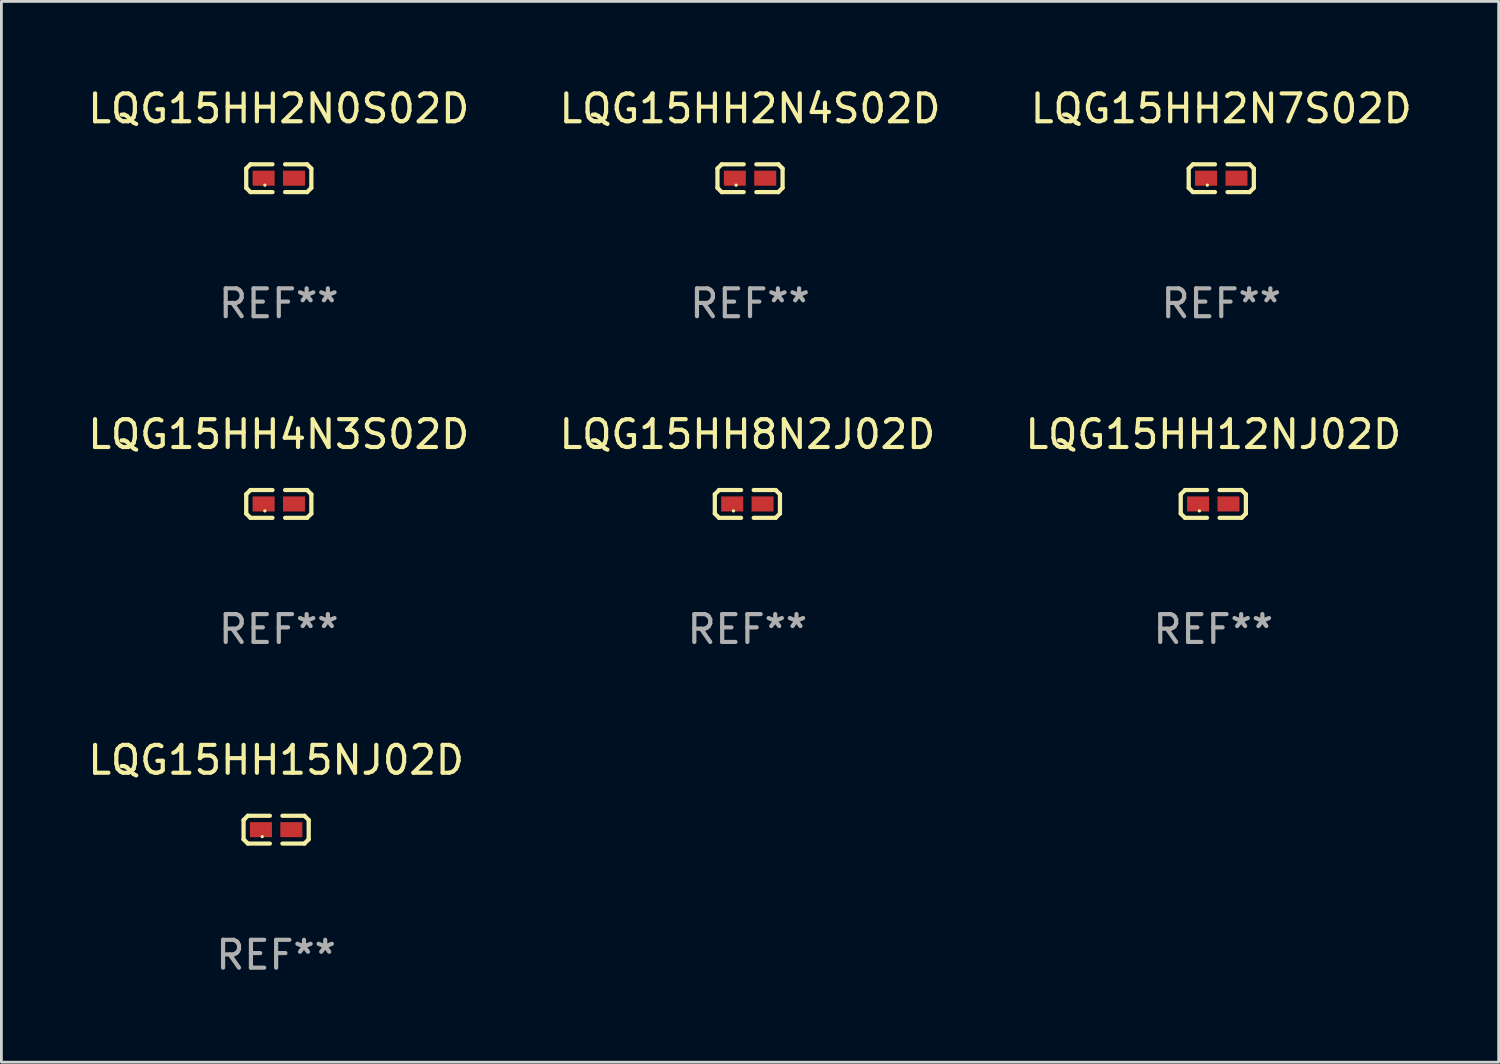
<source format=kicad_pcb>
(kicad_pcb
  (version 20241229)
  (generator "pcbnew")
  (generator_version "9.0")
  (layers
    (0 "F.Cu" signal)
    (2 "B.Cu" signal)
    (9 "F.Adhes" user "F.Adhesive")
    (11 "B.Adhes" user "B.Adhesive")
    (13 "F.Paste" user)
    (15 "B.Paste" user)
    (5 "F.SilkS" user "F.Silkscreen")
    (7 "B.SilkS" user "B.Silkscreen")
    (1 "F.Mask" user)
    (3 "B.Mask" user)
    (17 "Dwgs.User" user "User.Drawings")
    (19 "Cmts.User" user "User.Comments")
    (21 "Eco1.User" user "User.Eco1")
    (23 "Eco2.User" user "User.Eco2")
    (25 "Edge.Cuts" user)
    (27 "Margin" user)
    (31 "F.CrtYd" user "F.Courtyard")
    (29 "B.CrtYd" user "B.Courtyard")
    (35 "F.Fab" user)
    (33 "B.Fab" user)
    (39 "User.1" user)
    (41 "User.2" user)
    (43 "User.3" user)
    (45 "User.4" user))
  (footprint "LQG15HH2N7S02D"
    (layer "F.Cu")
    (at 40.792 3.347)
    (property "Reference" "LQG15HH2N7S02D" (at 0 -2.499 0) (layer "F.SilkS") (effects (font (size 1 1) (thickness 0.15))))
    (attr through_hole)
    (fp_line (start -1.169 -0.346) (end -1.016 -0.499) (stroke (width 0.152) (type solid)) (layer "F.SilkS"))
    (fp_line (start -1.169 0.346) (end -1.169 -0.346) (stroke (width 0.152) (type solid)) (layer "F.SilkS"))
    (fp_line (start -1.016 -0.499) (end -0.226 -0.499) (stroke (width 0.152) (type solid)) (layer "F.SilkS"))
    (fp_line (start -1.016 0.499) (end -1.169 0.346) (stroke (width 0.152) (type solid)) (layer "F.SilkS"))
    (fp_line (start -0.226 0.499) (end -1.016 0.499) (stroke (width 0.152) (type solid)) (layer "F.SilkS"))
    (fp_line (start 0.226 0.499) (end 1.016 0.499) (stroke (width 0.152) (type solid)) (layer "F.SilkS"))
    (fp_line (start 1.016 -0.499) (end 0.226 -0.499) (stroke (width 0.152) (type solid)) (layer "F.SilkS"))
    (fp_line (start 1.016 0.499) (end 1.169 0.346) (stroke (width 0.152) (type solid)) (layer "F.SilkS"))
    (fp_line (start 1.169 -0.346) (end 1.016 -0.499) (stroke (width 0.152) (type solid)) (layer "F.SilkS"))
    (fp_line (start 1.169 0.346) (end 1.169 -0.346) (stroke (width 0.152) (type solid)) (layer "F.SilkS"))
    (fp_circle (center -0.5 0.25) (end -0.47 0.25) (stroke (width 0.06) (type solid)) (fill no) (layer "F.SilkS"))
    (fp_text user "REF**" (at 0 4.499 0) (layer "F.Fab") (effects (font (size 1 1) (thickness 0.15))))
    (pad "1" smd rect (at -0.545 0) (size 0.79 0.54) (layers "F.Cu" "F.Mask" "F.Paste"))
    (pad "2" smd rect (at 0.545 0) (size 0.79 0.54) (layers "F.Cu" "F.Mask" "F.Paste")))
  (footprint "LQG15HH2N0S02D"
    (layer "F.Cu")
    (at 6.958 3.347)
    (property "Reference" "LQG15HH2N0S02D" (at 0 -2.499 0) (layer "F.SilkS") (effects (font (size 1 1) (thickness 0.15))))
    (attr through_hole)
    (fp_line (start -1.169 -0.346) (end -1.016 -0.499) (stroke (width 0.152) (type solid)) (layer "F.SilkS"))
    (fp_line (start -1.169 0.346) (end -1.169 -0.346) (stroke (width 0.152) (type solid)) (layer "F.SilkS"))
    (fp_line (start -1.016 -0.499) (end -0.226 -0.499) (stroke (width 0.152) (type solid)) (layer "F.SilkS"))
    (fp_line (start -1.016 0.499) (end -1.169 0.346) (stroke (width 0.152) (type solid)) (layer "F.SilkS"))
    (fp_line (start -0.226 0.499) (end -1.016 0.499) (stroke (width 0.152) (type solid)) (layer "F.SilkS"))
    (fp_line (start 0.226 0.499) (end 1.016 0.499) (stroke (width 0.152) (type solid)) (layer "F.SilkS"))
    (fp_line (start 1.016 -0.499) (end 0.226 -0.499) (stroke (width 0.152) (type solid)) (layer "F.SilkS"))
    (fp_line (start 1.016 0.499) (end 1.169 0.346) (stroke (width 0.152) (type solid)) (layer "F.SilkS"))
    (fp_line (start 1.169 -0.346) (end 1.016 -0.499) (stroke (width 0.152) (type solid)) (layer "F.SilkS"))
    (fp_line (start 1.169 0.346) (end 1.169 -0.346) (stroke (width 0.152) (type solid)) (layer "F.SilkS"))
    (fp_circle (center -0.5 0.25) (end -0.47 0.25) (stroke (width 0.06) (type solid)) (fill no) (layer "F.SilkS"))
    (fp_text user "REF**" (at 0 4.499 0) (layer "F.Fab") (effects (font (size 1 1) (thickness 0.15))))
    (pad "1" smd rect (at -0.545 0) (size 0.79 0.54) (layers "F.Cu" "F.Mask" "F.Paste"))
    (pad "2" smd rect (at 0.545 0) (size 0.79 0.54) (layers "F.Cu" "F.Mask" "F.Paste")))
  (footprint "LQG15HH8N2J02D"
    (layer "F.Cu")
    (at 23.78 15.041)
    (property "Reference" "LQG15HH8N2J02D" (at 0 -2.499 0) (layer "F.SilkS") (effects (font (size 1 1) (thickness 0.15))))
    (attr through_hole)
    (fp_line (start -1.169 -0.346) (end -1.016 -0.499) (stroke (width 0.152) (type solid)) (layer "F.SilkS"))
    (fp_line (start -1.169 0.346) (end -1.169 -0.346) (stroke (width 0.152) (type solid)) (layer "F.SilkS"))
    (fp_line (start -1.016 -0.499) (end -0.226 -0.499) (stroke (width 0.152) (type solid)) (layer "F.SilkS"))
    (fp_line (start -1.016 0.499) (end -1.169 0.346) (stroke (width 0.152) (type solid)) (layer "F.SilkS"))
    (fp_line (start -0.226 0.499) (end -1.016 0.499) (stroke (width 0.152) (type solid)) (layer "F.SilkS"))
    (fp_line (start 0.226 0.499) (end 1.016 0.499) (stroke (width 0.152) (type solid)) (layer "F.SilkS"))
    (fp_line (start 1.016 -0.499) (end 0.226 -0.499) (stroke (width 0.152) (type solid)) (layer "F.SilkS"))
    (fp_line (start 1.016 0.499) (end 1.169 0.346) (stroke (width 0.152) (type solid)) (layer "F.SilkS"))
    (fp_line (start 1.169 -0.346) (end 1.016 -0.499) (stroke (width 0.152) (type solid)) (layer "F.SilkS"))
    (fp_line (start 1.169 0.346) (end 1.169 -0.346) (stroke (width 0.152) (type solid)) (layer "F.SilkS"))
    (fp_circle (center -0.5 0.25) (end -0.47 0.25) (stroke (width 0.06) (type solid)) (fill no) (layer "F.SilkS"))
    (fp_text user "REF**" (at 0 4.499 0) (layer "F.Fab") (effects (font (size 1 1) (thickness 0.15))))
    (pad "1" smd rect (at -0.545 0) (size 0.79 0.54) (layers "F.Cu" "F.Mask" "F.Paste"))
    (pad "2" smd rect (at 0.545 0) (size 0.79 0.54) (layers "F.Cu" "F.Mask" "F.Paste")))
  (footprint "LQG15HH12NJ02D"
    (layer "F.Cu")
    (at 40.506 15.041)
    (property "Reference" "LQG15HH12NJ02D" (at 0 -2.499 0) (layer "F.SilkS") (effects (font (size 1 1) (thickness 0.15))))
    (attr through_hole)
    (fp_line (start -1.169 -0.346) (end -1.016 -0.499) (stroke (width 0.152) (type solid)) (layer "F.SilkS"))
    (fp_line (start -1.169 0.346) (end -1.169 -0.346) (stroke (width 0.152) (type solid)) (layer "F.SilkS"))
    (fp_line (start -1.016 -0.499) (end -0.226 -0.499) (stroke (width 0.152) (type solid)) (layer "F.SilkS"))
    (fp_line (start -1.016 0.499) (end -1.169 0.346) (stroke (width 0.152) (type solid)) (layer "F.SilkS"))
    (fp_line (start -0.226 0.499) (end -1.016 0.499) (stroke (width 0.152) (type solid)) (layer "F.SilkS"))
    (fp_line (start 0.226 0.499) (end 1.016 0.499) (stroke (width 0.152) (type solid)) (layer "F.SilkS"))
    (fp_line (start 1.016 -0.499) (end 0.226 -0.499) (stroke (width 0.152) (type solid)) (layer "F.SilkS"))
    (fp_line (start 1.016 0.499) (end 1.169 0.346) (stroke (width 0.152) (type solid)) (layer "F.SilkS"))
    (fp_line (start 1.169 -0.346) (end 1.016 -0.499) (stroke (width 0.152) (type solid)) (layer "F.SilkS"))
    (fp_line (start 1.169 0.346) (end 1.169 -0.346) (stroke (width 0.152) (type solid)) (layer "F.SilkS"))
    (fp_circle (center -0.5 0.25) (end -0.47 0.25) (stroke (width 0.06) (type solid)) (fill no) (layer "F.SilkS"))
    (fp_text user "REF**" (at 0 4.499 0) (layer "F.Fab") (effects (font (size 1 1) (thickness 0.15))))
    (pad "1" smd rect (at -0.545 0) (size 0.79 0.54) (layers "F.Cu" "F.Mask" "F.Paste"))
    (pad "2" smd rect (at 0.545 0) (size 0.79 0.54) (layers "F.Cu" "F.Mask" "F.Paste")))
  (footprint "LQG15HH4N3S02D"
    (layer "F.Cu")
    (at 6.958 15.041)
    (property "Reference" "LQG15HH4N3S02D" (at 0 -2.499 0) (layer "F.SilkS") (effects (font (size 1 1) (thickness 0.15))))
    (attr through_hole)
    (fp_line (start -1.169 -0.346) (end -1.016 -0.499) (stroke (width 0.152) (type solid)) (layer "F.SilkS"))
    (fp_line (start -1.169 0.346) (end -1.169 -0.346) (stroke (width 0.152) (type solid)) (layer "F.SilkS"))
    (fp_line (start -1.016 -0.499) (end -0.226 -0.499) (stroke (width 0.152) (type solid)) (layer "F.SilkS"))
    (fp_line (start -1.016 0.499) (end -1.169 0.346) (stroke (width 0.152) (type solid)) (layer "F.SilkS"))
    (fp_line (start -0.226 0.499) (end -1.016 0.499) (stroke (width 0.152) (type solid)) (layer "F.SilkS"))
    (fp_line (start 0.226 0.499) (end 1.016 0.499) (stroke (width 0.152) (type solid)) (layer "F.SilkS"))
    (fp_line (start 1.016 -0.499) (end 0.226 -0.499) (stroke (width 0.152) (type solid)) (layer "F.SilkS"))
    (fp_line (start 1.016 0.499) (end 1.169 0.346) (stroke (width 0.152) (type solid)) (layer "F.SilkS"))
    (fp_line (start 1.169 -0.346) (end 1.016 -0.499) (stroke (width 0.152) (type solid)) (layer "F.SilkS"))
    (fp_line (start 1.169 0.346) (end 1.169 -0.346) (stroke (width 0.152) (type solid)) (layer "F.SilkS"))
    (fp_circle (center -0.5 0.25) (end -0.47 0.25) (stroke (width 0.06) (type solid)) (fill no) (layer "F.SilkS"))
    (fp_text user "REF**" (at 0 4.499 0) (layer "F.Fab") (effects (font (size 1 1) (thickness 0.15))))
    (pad "1" smd rect (at -0.545 0) (size 0.79 0.54) (layers "F.Cu" "F.Mask" "F.Paste"))
    (pad "2" smd rect (at 0.545 0) (size 0.79 0.54) (layers "F.Cu" "F.Mask" "F.Paste")))
  (footprint "LQG15HH15NJ02D"
    (layer "F.Cu")
    (at 6.863 26.734)
    (property "Reference" "LQG15HH15NJ02D" (at 0 -2.499 0) (layer "F.SilkS") (effects (font (size 1 1) (thickness 0.15))))
    (attr through_hole)
    (fp_line (start -1.169 -0.346) (end -1.016 -0.499) (stroke (width 0.152) (type solid)) (layer "F.SilkS"))
    (fp_line (start -1.169 0.346) (end -1.169 -0.346) (stroke (width 0.152) (type solid)) (layer "F.SilkS"))
    (fp_line (start -1.016 -0.499) (end -0.226 -0.499) (stroke (width 0.152) (type solid)) (layer "F.SilkS"))
    (fp_line (start -1.016 0.499) (end -1.169 0.346) (stroke (width 0.152) (type solid)) (layer "F.SilkS"))
    (fp_line (start -0.226 0.499) (end -1.016 0.499) (stroke (width 0.152) (type solid)) (layer "F.SilkS"))
    (fp_line (start 0.226 0.499) (end 1.016 0.499) (stroke (width 0.152) (type solid)) (layer "F.SilkS"))
    (fp_line (start 1.016 -0.499) (end 0.226 -0.499) (stroke (width 0.152) (type solid)) (layer "F.SilkS"))
    (fp_line (start 1.016 0.499) (end 1.169 0.346) (stroke (width 0.152) (type solid)) (layer "F.SilkS"))
    (fp_line (start 1.169 -0.346) (end 1.016 -0.499) (stroke (width 0.152) (type solid)) (layer "F.SilkS"))
    (fp_line (start 1.169 0.346) (end 1.169 -0.346) (stroke (width 0.152) (type solid)) (layer "F.SilkS"))
    (fp_circle (center -0.5 0.25) (end -0.47 0.25) (stroke (width 0.06) (type solid)) (fill no) (layer "F.SilkS"))
    (fp_text user "REF**" (at 0 4.499 0) (layer "F.Fab") (effects (font (size 1 1) (thickness 0.15))))
    (pad "1" smd rect (at -0.545 0) (size 0.79 0.54) (layers "F.Cu" "F.Mask" "F.Paste"))
    (pad "2" smd rect (at 0.545 0) (size 0.79 0.54) (layers "F.Cu" "F.Mask" "F.Paste")))
  (footprint "LQG15HH2N4S02D"
    (layer "F.Cu")
    (at 23.875 3.347)
    (property "Reference" "LQG15HH2N4S02D" (at 0 -2.499 0) (layer "F.SilkS") (effects (font (size 1 1) (thickness 0.15))))
    (attr through_hole)
    (fp_line (start -1.169 -0.346) (end -1.016 -0.499) (stroke (width 0.152) (type solid)) (layer "F.SilkS"))
    (fp_line (start -1.169 0.346) (end -1.169 -0.346) (stroke (width 0.152) (type solid)) (layer "F.SilkS"))
    (fp_line (start -1.016 -0.499) (end -0.226 -0.499) (stroke (width 0.152) (type solid)) (layer "F.SilkS"))
    (fp_line (start -1.016 0.499) (end -1.169 0.346) (stroke (width 0.152) (type solid)) (layer "F.SilkS"))
    (fp_line (start -0.226 0.499) (end -1.016 0.499) (stroke (width 0.152) (type solid)) (layer "F.SilkS"))
    (fp_line (start 0.226 0.499) (end 1.016 0.499) (stroke (width 0.152) (type solid)) (layer "F.SilkS"))
    (fp_line (start 1.016 -0.499) (end 0.226 -0.499) (stroke (width 0.152) (type solid)) (layer "F.SilkS"))
    (fp_line (start 1.016 0.499) (end 1.169 0.346) (stroke (width 0.152) (type solid)) (layer "F.SilkS"))
    (fp_line (start 1.169 -0.346) (end 1.016 -0.499) (stroke (width 0.152) (type solid)) (layer "F.SilkS"))
    (fp_line (start 1.169 0.346) (end 1.169 -0.346) (stroke (width 0.152) (type solid)) (layer "F.SilkS"))
    (fp_circle (center -0.5 0.25) (end -0.47 0.25) (stroke (width 0.06) (type solid)) (fill no) (layer "F.SilkS"))
    (fp_text user "REF**" (at 0 4.499 0) (layer "F.Fab") (effects (font (size 1 1) (thickness 0.15))))
    (pad "1" smd rect (at -0.545 0) (size 0.79 0.54) (layers "F.Cu" "F.Mask" "F.Paste"))
    (pad "2" smd rect (at 0.545 0) (size 0.79 0.54) (layers "F.Cu" "F.Mask" "F.Paste")))
  (gr_rect
    (start -3 -3)
    (end 50.75 35.081)
    (stroke (width 0.1) (type default))
    (fill no)
    (layer "Edge.Cuts")))
</source>
